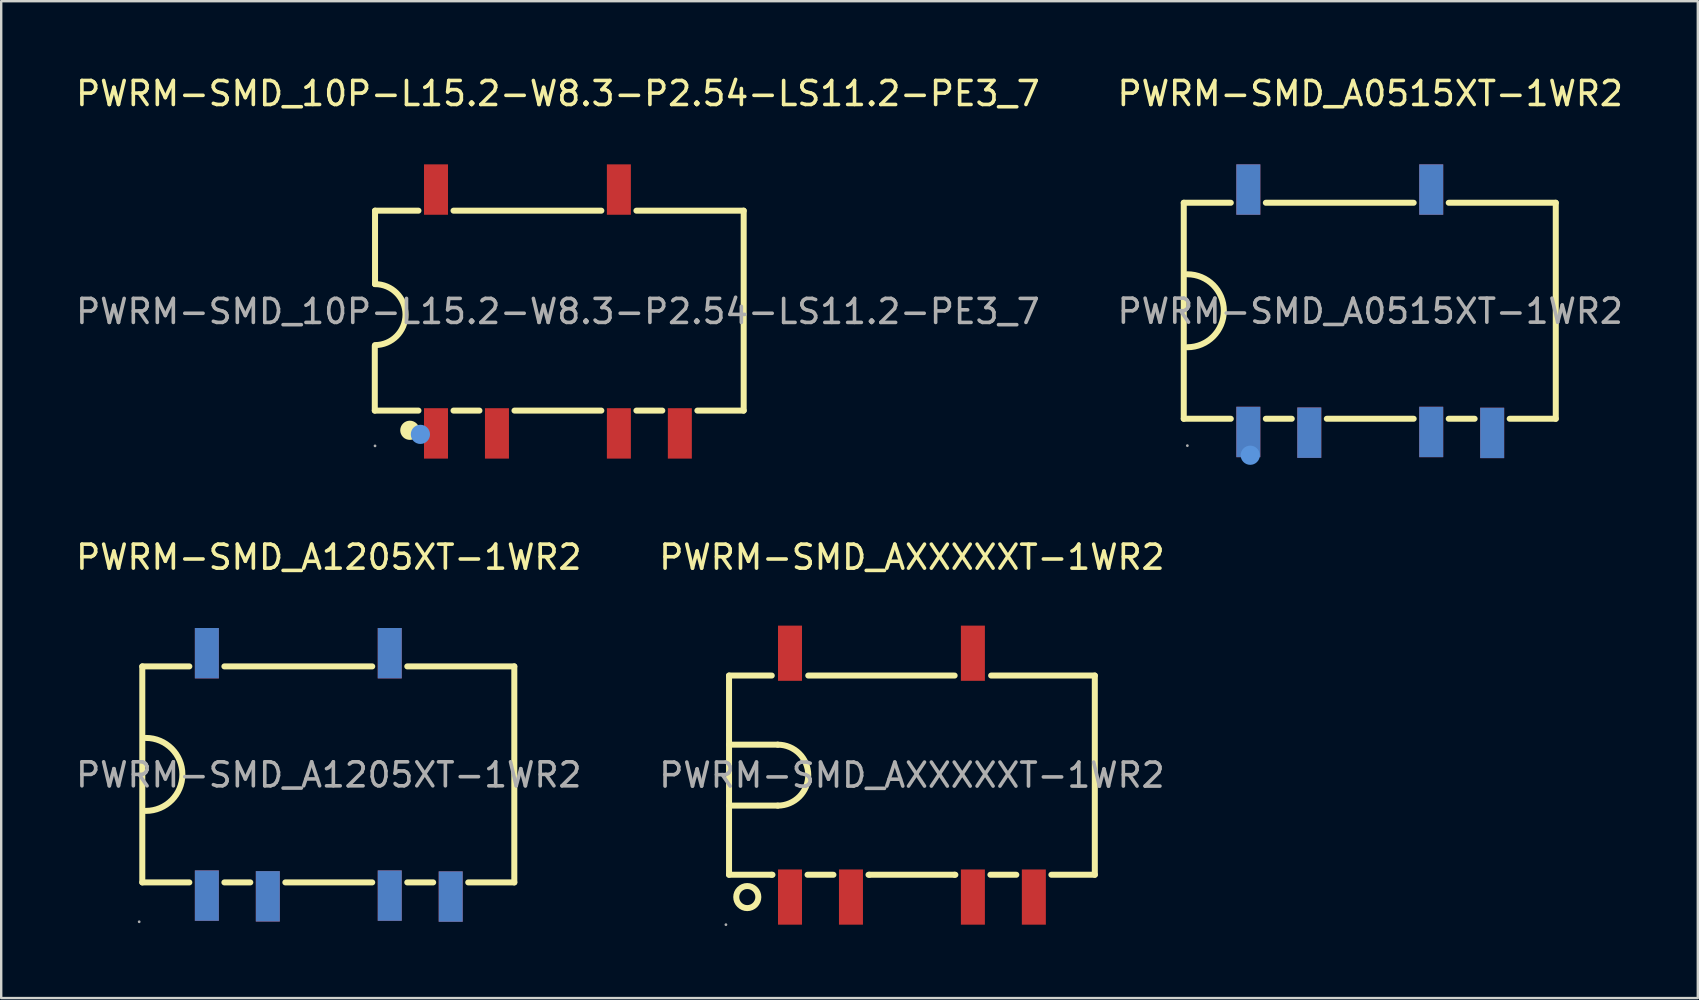
<source format=kicad_pcb>
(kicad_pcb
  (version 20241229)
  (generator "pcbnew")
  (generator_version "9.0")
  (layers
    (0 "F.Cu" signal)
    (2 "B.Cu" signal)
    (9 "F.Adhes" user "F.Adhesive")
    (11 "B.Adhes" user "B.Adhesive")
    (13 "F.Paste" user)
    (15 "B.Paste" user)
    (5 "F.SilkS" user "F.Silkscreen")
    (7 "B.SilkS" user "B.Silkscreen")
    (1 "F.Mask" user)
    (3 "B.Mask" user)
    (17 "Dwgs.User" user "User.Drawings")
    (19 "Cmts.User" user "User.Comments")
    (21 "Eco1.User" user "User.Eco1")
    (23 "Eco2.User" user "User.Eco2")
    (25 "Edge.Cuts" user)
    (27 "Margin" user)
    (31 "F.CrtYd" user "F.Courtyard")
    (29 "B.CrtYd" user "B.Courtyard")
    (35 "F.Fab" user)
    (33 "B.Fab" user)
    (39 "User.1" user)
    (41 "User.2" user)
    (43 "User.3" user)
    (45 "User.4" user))
  (footprint "PWRM-SMD_A1205XT-1WR2"
    (layer "F.Cu")
    (at 10.649 29.236)
    (property "Reference" "PWRM-SMD_A1205XT-1WR2" (at 0 -9.07 0) (layer "F.SilkS") (effects (font (size 1 1) (thickness 0.15))))
    (attr through_hole)
    (fp_line (start -7.77 -4.52) (end -5.81 -4.52) (stroke (width 0.25) (type solid)) (layer "F.SilkS"))
    (fp_line (start -7.77 4.48) (end -7.77 -4.52) (stroke (width 0.25) (type solid)) (layer "F.SilkS"))
    (fp_line (start -5.81 4.48) (end -7.77 4.48) (stroke (width 0.25) (type solid)) (layer "F.SilkS"))
    (fp_line (start -4.35 -4.52) (end 1.81 -4.52) (stroke (width 0.25) (type solid)) (layer "F.SilkS"))
    (fp_line (start -3.27 4.48) (end -4.35 4.48) (stroke (width 0.25) (type solid)) (layer "F.SilkS"))
    (fp_line (start 1.81 4.48) (end -1.81 4.48) (stroke (width 0.25) (type solid)) (layer "F.SilkS"))
    (fp_line (start 3.27 -4.52) (end 7.73 -4.52) (stroke (width 0.25) (type solid)) (layer "F.SilkS"))
    (fp_line (start 4.35 4.48) (end 3.27 4.48) (stroke (width 0.25) (type solid)) (layer "F.SilkS"))
    (fp_line (start 7.73 -4.52) (end 7.73 4.48) (stroke (width 0.25) (type solid)) (layer "F.SilkS"))
    (fp_line (start 7.73 4.48) (end 5.81 4.48) (stroke (width 0.25) (type solid)) (layer "F.SilkS"))
    (fp_arc (start -7.62 -1.54) (mid -6.1 -0.02) (end -7.62 1.5) (stroke (width 0.25) (type solid)) (layer "F.SilkS"))
    (fp_circle (center -7.9 6.12) (end -7.87 6.12) (stroke (width 0.06) (type solid)) (fill no) (layer "F.Fab"))
    (fp_text user "${REFERENCE}" (at 0 0 0) (layer "F.Fab") (effects (font (size 1 1) (thickness 0.15))))
    (pad "1" thru_hole rect (at -5.08 5.03) (size 1 2.1) (drill 0.000051) (layers "F.Cu" "F.Mask" "F.Paste"))
    (pad "2" thru_hole rect (at -2.54 5.06) (size 1 2.1) (drill 0.000051) (layers "F.Cu" "F.Mask" "F.Paste"))
    (pad "4" thru_hole rect (at 2.54 5.03) (size 1 2.1) (drill 0.000051) (layers "F.Cu" "F.Mask" "F.Paste"))
    (pad "5" thru_hole rect (at 5.08 5.07) (size 1 2.1) (drill 0.001) (layers "F.Cu" "F.Mask" "F.Paste"))
    (pad "7" thru_hole rect (at 2.54 -5.07) (size 1 2.1) (drill 0.001) (layers "F.Cu" "F.Mask" "F.Paste"))
    (pad "10" thru_hole rect (at -5.08 -5.07) (size 1 2.1) (drill 0.001) (layers "F.Cu" "F.Mask" "F.Paste")))
  (footprint "PWRM-SMD_A0515XT-1WR2"
    (layer "F.Cu")
    (at 54.042 9.918)
    (property "Reference" "PWRM-SMD_A0515XT-1WR2" (at 0 -9.07 0) (layer "F.SilkS") (effects (font (size 1 1) (thickness 0.15))))
    (attr through_hole)
    (fp_line (start -7.77 -4.52) (end -5.81 -4.52) (stroke (width 0.25) (type solid)) (layer "F.SilkS"))
    (fp_line (start -7.77 4.48) (end -7.77 -4.52) (stroke (width 0.25) (type solid)) (layer "F.SilkS"))
    (fp_line (start -5.81 4.48) (end -7.77 4.48) (stroke (width 0.25) (type solid)) (layer "F.SilkS"))
    (fp_line (start -4.35 -4.52) (end 1.81 -4.52) (stroke (width 0.25) (type solid)) (layer "F.SilkS"))
    (fp_line (start -3.27 4.48) (end -4.35 4.48) (stroke (width 0.25) (type solid)) (layer "F.SilkS"))
    (fp_line (start 1.81 4.48) (end -1.81 4.48) (stroke (width 0.25) (type solid)) (layer "F.SilkS"))
    (fp_line (start 3.27 -4.52) (end 7.73 -4.52) (stroke (width 0.25) (type solid)) (layer "F.SilkS"))
    (fp_line (start 4.35 4.48) (end 3.27 4.48) (stroke (width 0.25) (type solid)) (layer "F.SilkS"))
    (fp_line (start 7.73 -4.52) (end 7.73 4.48) (stroke (width 0.25) (type solid)) (layer "F.SilkS"))
    (fp_line (start 7.73 4.48) (end 5.81 4.48) (stroke (width 0.25) (type solid)) (layer "F.SilkS"))
    (fp_arc (start -7.62 -1.54) (mid -6.1 -0.02) (end -7.62 1.5) (stroke (width 0.25) (type solid)) (layer "F.SilkS"))
    (fp_circle (center -5 6) (end -4.8 6) (stroke (width 0.4) (type solid)) (fill no) (layer "Cmts.User"))
    (fp_circle (center -7.62 5.6) (end -7.59 5.6) (stroke (width 0.06) (type solid)) (fill no) (layer "F.Fab"))
    (fp_text user "${REFERENCE}" (at 0 0 0) (layer "F.Fab") (effects (font (size 1 1) (thickness 0.15))))
    (pad "1" thru_hole rect (at -5.08 5.03) (size 1 2.1) (drill 0.000051) (layers "F.Cu" "F.Mask" "F.Paste"))
    (pad "2" thru_hole rect (at -2.54 5.06) (size 1 2.1) (drill 0.000051) (layers "F.Cu" "F.Mask" "F.Paste"))
    (pad "4" thru_hole rect (at 2.54 5.03) (size 1 2.1) (drill 0.000051) (layers "F.Cu" "F.Mask" "F.Paste"))
    (pad "5" thru_hole rect (at 5.08 5.07) (size 1 2.1) (drill 0.001) (layers "F.Cu" "F.Mask" "F.Paste"))
    (pad "7" thru_hole rect (at 2.54 -5.07) (size 1 2.1) (drill 0.001) (layers "F.Cu" "F.Mask" "F.Paste"))
    (pad "10" thru_hole rect (at -5.08 -5.07) (size 1 2.1) (drill 0.001) (layers "F.Cu" "F.Mask" "F.Paste")))
  (footprint "PWRM-SMD_10P-L15.2-W8.3-P2.54-LS11.2-PE3_7"
    (layer "F.Cu")
    (at 20.196 9.928)
    (property "Reference" "PWRM-SMD_10P-L15.2-W8.3-P2.54-LS11.2-PE3_7" (at 0 -9.08 0) (layer "F.SilkS") (effects (font (size 1 1) (thickness 0.15))))
    (attr through_hole)
    (fp_line (start -7.63 4.13) (end -7.63 1.43) (stroke (width 0.25) (type solid)) (layer "F.SilkS"))
    (fp_line (start -7.62 -4.2) (end -5.81 -4.2) (stroke (width 0.25) (type solid)) (layer "F.SilkS"))
    (fp_line (start -7.62 -1.14) (end -7.62 -4.2) (stroke (width 0.25) (type solid)) (layer "F.SilkS"))
    (fp_line (start -5.81 4.13) (end -7.63 4.13) (stroke (width 0.25) (type solid)) (layer "F.SilkS"))
    (fp_line (start -4.35 -4.2) (end 1.81 -4.2) (stroke (width 0.25) (type solid)) (layer "F.SilkS"))
    (fp_line (start -3.27 4.13) (end -4.35 4.13) (stroke (width 0.25) (type solid)) (layer "F.SilkS"))
    (fp_line (start 1.81 4.13) (end -1.81 4.13) (stroke (width 0.25) (type solid)) (layer "F.SilkS"))
    (fp_line (start 3.27 -4.2) (end 7.74 -4.2) (stroke (width 0.25) (type solid)) (layer "F.SilkS"))
    (fp_line (start 4.35 4.13) (end 3.27 4.13) (stroke (width 0.25) (type solid)) (layer "F.SilkS"))
    (fp_line (start 7.74 -4.2) (end 7.74 4.13) (stroke (width 0.25) (type solid)) (layer "F.SilkS"))
    (fp_line (start 7.74 4.13) (end 5.81 4.13) (stroke (width 0.25) (type solid)) (layer "F.SilkS"))
    (fp_arc (start -7.62 -1.14) (mid -6.35 0.13) (end -7.62 1.4) (stroke (width 0.25) (type solid)) (layer "F.SilkS"))
    (fp_circle (center -6.17 4.95) (end -5.97 4.95) (stroke (width 0.4) (type solid)) (fill no) (layer "F.SilkS"))
    (fp_circle (center -5.73 5.12) (end -5.53 5.12) (stroke (width 0.4) (type solid)) (fill no) (layer "Cmts.User"))
    (fp_circle (center -7.62 5.6) (end -7.59 5.6) (stroke (width 0.06) (type solid)) (fill no) (layer "F.Fab"))
    (fp_text user "${REFERENCE}" (at 0 0 0) (layer "F.Fab") (effects (font (size 1 1) (thickness 0.15))))
    (pad "1" smd rect (at -5.08 5.08 270) (size 2.1 1) (layers "F.Cu" "F.Mask" "F.Paste"))
    (pad "2" smd rect (at -2.54 5.08 270) (size 2.1 1) (layers "F.Cu" "F.Mask" "F.Paste"))
    (pad "4" smd rect (at 2.54 5.08 90) (size 2.1 1) (layers "F.Cu" "F.Mask" "F.Paste"))
    (pad "5" smd rect (at 5.08 5.08 90) (size 2.1 1) (layers "F.Cu" "F.Mask" "F.Paste"))
    (pad "7" smd rect (at 2.54 -5.08 90) (size 2.1 1) (layers "F.Cu" "F.Mask" "F.Paste"))
    (pad "10" smd rect (at -5.08 -5.08 90) (size 2.1 1) (layers "F.Cu" "F.Mask" "F.Paste")))
  (footprint "PWRM-SMD_AXXXXXT-1WR2"
    (layer "F.Cu")
    (at 34.946 29.247)
    (property "Reference" "PWRM-SMD_AXXXXXT-1WR2" (at 0 -9.08 0) (layer "F.SilkS") (effects (font (size 1 1) (thickness 0.15))))
    (attr through_hole)
    (fp_line (start -7.62 -4.15) (end -7.62 4.15) (stroke (width 0.25) (type solid)) (layer "F.SilkS"))
    (fp_line (start -7.62 -4.15) (end -5.84 -4.15) (stroke (width 0.25) (type solid)) (layer "F.SilkS"))
    (fp_line (start -7.62 -1.27) (end -5.59 -1.27) (stroke (width 0.25) (type solid)) (layer "F.SilkS"))
    (fp_line (start -7.62 1.27) (end -5.59 1.27) (stroke (width 0.25) (type solid)) (layer "F.SilkS"))
    (fp_line (start -5.84 4.15) (end -7.62 4.15) (stroke (width 0.25) (type solid)) (layer "F.SilkS"))
    (fp_line (start -5.81 4.15) (end -5.84 4.15) (stroke (width 0.25) (type solid)) (layer "F.SilkS"))
    (fp_line (start -4.32 -4.15) (end 1.78 -4.15) (stroke (width 0.25) (type solid)) (layer "F.SilkS"))
    (fp_line (start -3.27 4.15) (end -4.35 4.15) (stroke (width 0.25) (type solid)) (layer "F.SilkS"))
    (fp_line (start -1.78 4.15) (end -1.81 4.15) (stroke (width 0.25) (type solid)) (layer "F.SilkS"))
    (fp_line (start 1.78 4.15) (end -1.78 4.15) (stroke (width 0.25) (type solid)) (layer "F.SilkS"))
    (fp_line (start 1.78 4.15) (end 1.81 4.15) (stroke (width 0.25) (type solid)) (layer "F.SilkS"))
    (fp_line (start 3.27 4.15) (end 4.35 4.15) (stroke (width 0.25) (type solid)) (layer "F.SilkS"))
    (fp_line (start 3.3 -4.15) (end 7.62 -4.15) (stroke (width 0.25) (type solid)) (layer "F.SilkS"))
    (fp_line (start 5.81 4.15) (end 7.62 4.15) (stroke (width 0.25) (type solid)) (layer "F.SilkS"))
    (fp_line (start 7.62 -4.15) (end 7.62 4.15) (stroke (width 0.25) (type solid)) (layer "F.SilkS"))
    (fp_arc (start -5.59 -1.27) (mid -4.32 0) (end -5.59 1.27) (stroke (width 0.25) (type solid)) (layer "F.SilkS"))
    (fp_circle (center -6.86 5.08) (end -6.4 5.08) (stroke (width 0.25) (type solid)) (fill no) (layer "F.SilkS"))
    (fp_circle (center -7.75 6.23) (end -7.72 6.23) (stroke (width 0.06) (type solid)) (fill no) (layer "F.Fab"))
    (fp_text user "${REFERENCE}" (at 0 0 0) (layer "F.Fab") (effects (font (size 1 1) (thickness 0.15))))
    (pad "1" smd rect (at -5.08 5.08) (size 1 2.3) (layers "F.Cu" "F.Mask" "F.Paste"))
    (pad "2" smd rect (at -2.54 5.08) (size 1 2.3) (layers "F.Cu" "F.Mask" "F.Paste"))
    (pad "4" smd rect (at 2.54 5.08) (size 1 2.3) (layers "F.Cu" "F.Mask" "F.Paste"))
    (pad "5" smd rect (at 5.08 5.08) (size 1 2.3) (layers "F.Cu" "F.Mask" "F.Paste"))
    (pad "7" smd rect (at 2.54 -5.08) (size 1 2.3) (layers "F.Cu" "F.Mask" "F.Paste"))
    (pad "10" smd rect (at -5.08 -5.08) (size 1 2.3) (layers "F.Cu" "F.Mask" "F.Paste")))
  (gr_rect
    (start -3 -3)
    (end 67.69 38.536)
    (stroke (width 0.1) (type default))
    (fill no)
    (layer "Edge.Cuts")))
</source>
